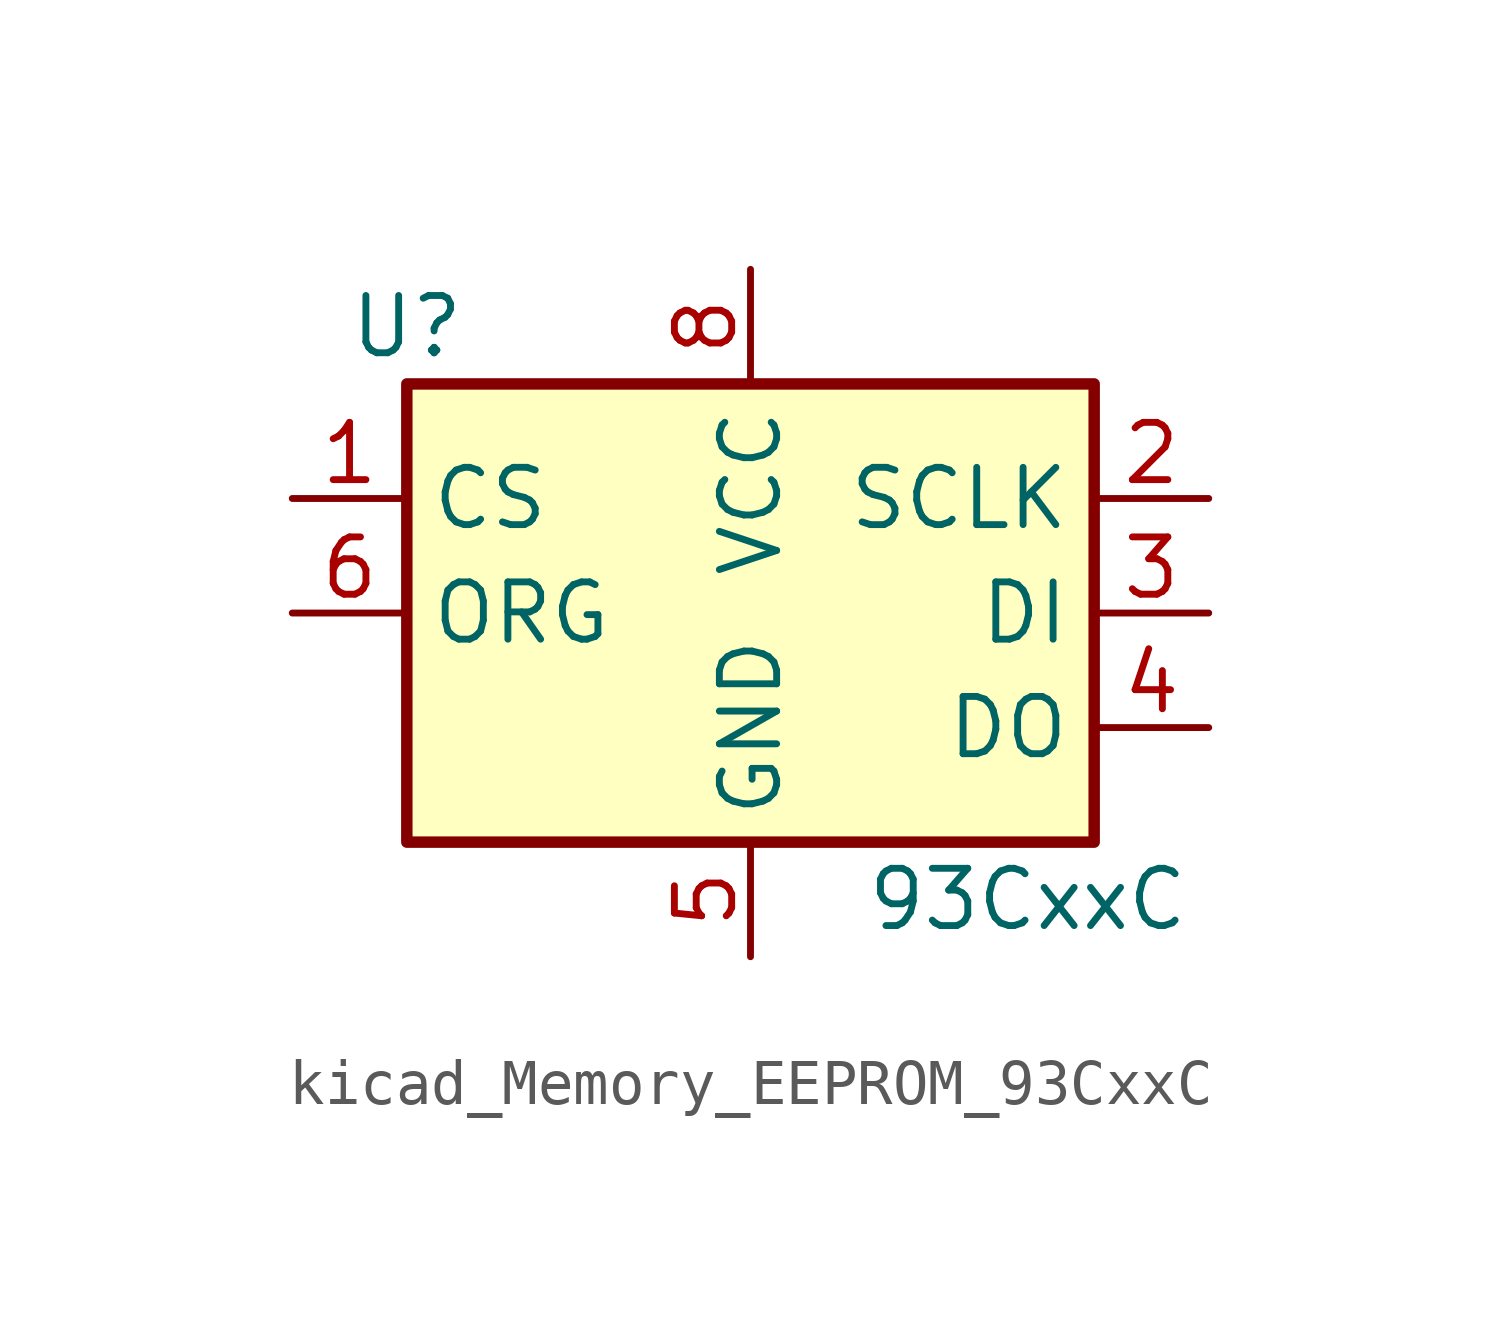
<source format=kicad_sym>
(kicad_symbol_lib
  (version 20220914)
  (generator kicad_symbol_editor)
  (symbol "kicad_Memory_EEPROM_93CxxC"
    (property "Reference" "U"
      (at -7.62 6.35 0)
      (effects (font (size 1.27 1.27))))
    (property "Value" "93CxxC"
      (at 2.54 -6.35 0)
      (effects (font (size 1.27 1.27)) (justify left)))
    (symbol "kicad_Memory_EEPROM_93CxxC_1_1"
      (rectangle (start -7.62 5.08) (end 7.62 -5.08) (stroke (width 0.254) (type default)) (fill (type background)))
      (pin input line (at -10.16 2.54 0) (length 2.54) (name "CS" (effects (font (size 1.27 1.27)))) (number "1" (effects (font (size 1.27 1.27)))))
      (pin input line (at 10.16 2.54 180) (length 2.54) (name "SCLK" (effects (font (size 1.27 1.27)))) (number "2" (effects (font (size 1.27 1.27)))))
      (pin input line (at 10.16 0 180) (length 2.54) (name "DI" (effects (font (size 1.27 1.27)))) (number "3" (effects (font (size 1.27 1.27)))))
      (pin tri_state line (at 10.16 -2.54 180) (length 2.54) (name "DO" (effects (font (size 1.27 1.27)))) (number "4" (effects (font (size 1.27 1.27)))))
      (pin power_in line (at 0 -7.62 90) (length 2.54) (name "GND" (effects (font (size 1.27 1.27)))) (number "5" (effects (font (size 1.27 1.27)))))
      (pin input line (at -10.16 0 0) (length 2.54) (name "ORG" (effects (font (size 1.27 1.27)))) (number "6" (effects (font (size 1.27 1.27)))))
      (pin no_connect line (at -7.62 -2.54 0) (length 2.54) hide (name "NC" (effects (font (size 1.27 1.27)))) (number "7" (effects (font (size 1.27 1.27)))))
      (pin power_in line (at 0 7.62 270) (length 2.54) (name "VCC" (effects (font (size 1.27 1.27)))) (number "8" (effects (font (size 1.27 1.27))))))))
</source>
